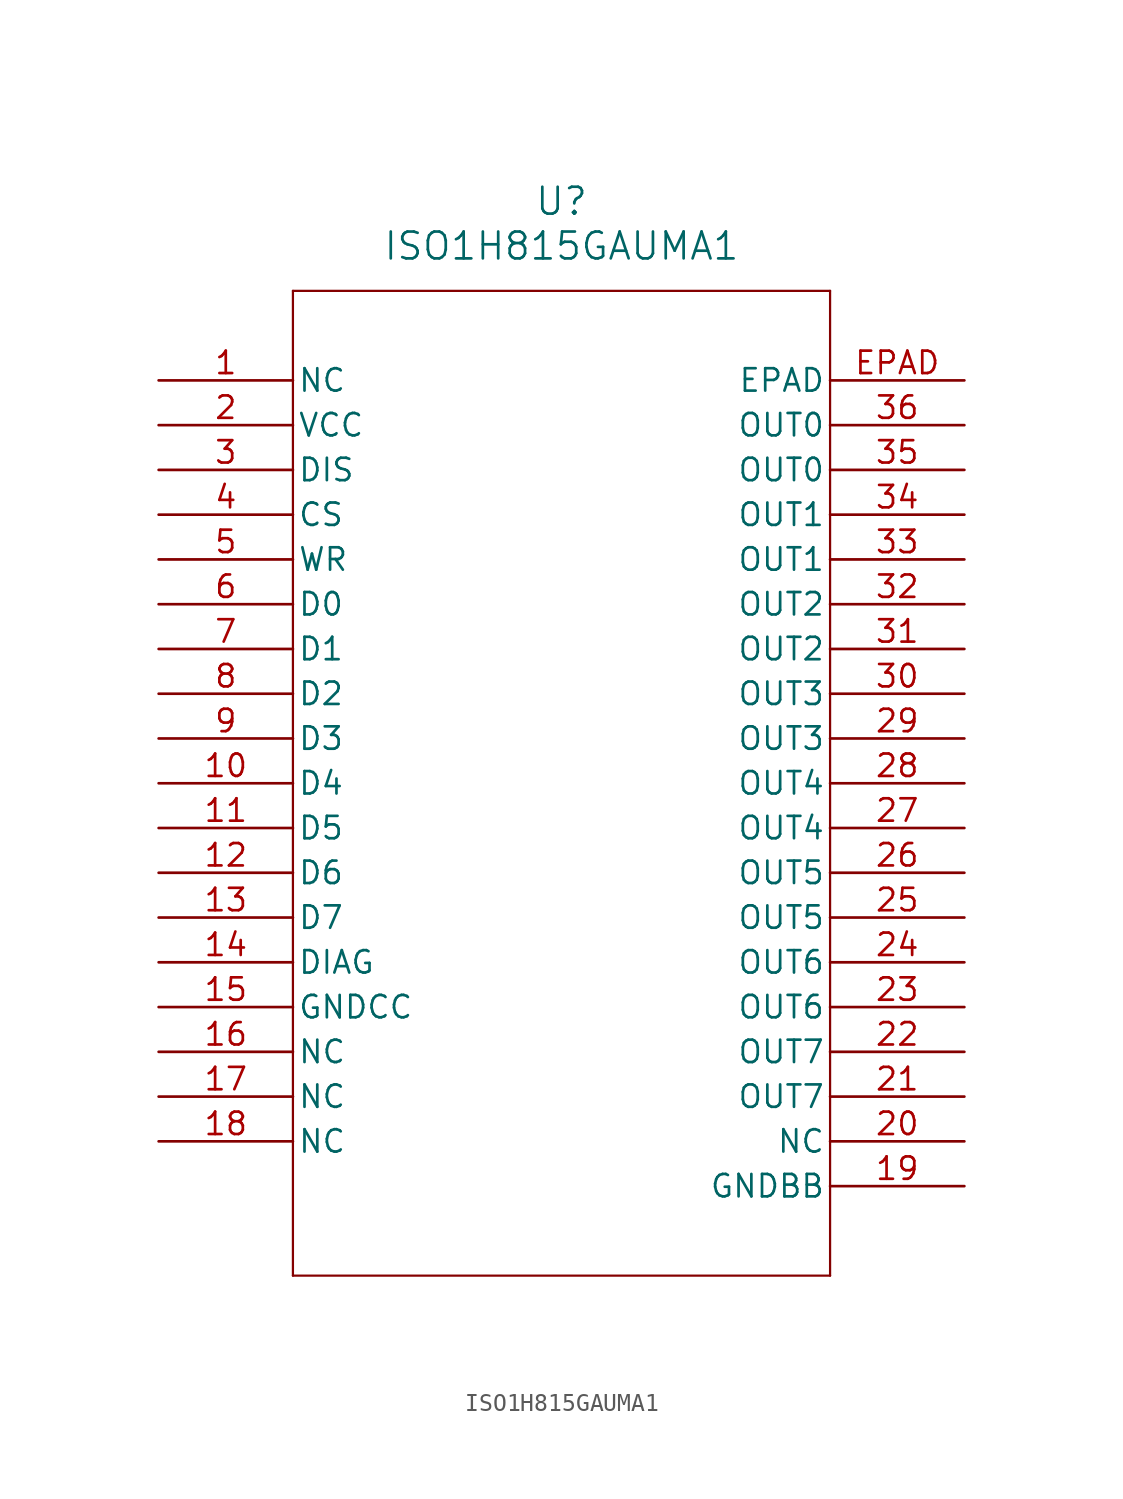
<source format=kicad_sym>
(kicad_symbol_lib
  (version 20211014)
  (generator kicad_symbol_editor)
  (symbol "ISO1H815GAUMA1"
    (pin_names
      (offset 0.254))
    (property "Reference" "U"
      (at 22.86 10.16 0)
      (effects (font (size 1.524 1.524))))
    (property "Value" "ISO1H815GAUMA1"
      (at 22.86 7.62 0)
      (effects (font (size 1.524 1.524))))
    (symbol "ISO1H815GAUMA1_0_1"
      (polyline (pts (xy 7.62 5.08) (xy 7.62 -50.8)) (stroke (width 0.127) (type default) (color 0 0 0 0)) (fill (type none)))
      (polyline (pts (xy 7.62 -50.8) (xy 38.1 -50.8)) (stroke (width 0.127) (type default) (color 0 0 0 0)) (fill (type none)))
      (polyline (pts (xy 38.1 -50.8) (xy 38.1 5.08)) (stroke (width 0.127) (type default) (color 0 0 0 0)) (fill (type none)))
      (polyline (pts (xy 38.1 5.08) (xy 7.62 5.08)) (stroke (width 0.127) (type default) (color 0 0 0 0)) (fill (type none)))
      (pin unspecified line (at 0 0 0) (length 7.62) (name "NC" (effects (font (size 1.27 1.27)))) (number "1" (effects (font (size 1.27 1.27)))))
      (pin unspecified line (at 0 -2.54 0) (length 7.62) (name "VCC" (effects (font (size 1.27 1.27)))) (number "2" (effects (font (size 1.27 1.27)))))
      (pin unspecified line (at 0 -5.08 0) (length 7.62) (name "DIS" (effects (font (size 1.27 1.27)))) (number "3" (effects (font (size 1.27 1.27)))))
      (pin unspecified line (at 0 -7.62 0) (length 7.62) (name "CS" (effects (font (size 1.27 1.27)))) (number "4" (effects (font (size 1.27 1.27)))))
      (pin unspecified line (at 0 -10.16 0) (length 7.62) (name "WR" (effects (font (size 1.27 1.27)))) (number "5" (effects (font (size 1.27 1.27)))))
      (pin unspecified line (at 0 -12.7 0) (length 7.62) (name "D0" (effects (font (size 1.27 1.27)))) (number "6" (effects (font (size 1.27 1.27)))))
      (pin unspecified line (at 0 -15.24 0) (length 7.62) (name "D1" (effects (font (size 1.27 1.27)))) (number "7" (effects (font (size 1.27 1.27)))))
      (pin unspecified line (at 0 -17.78 0) (length 7.62) (name "D2" (effects (font (size 1.27 1.27)))) (number "8" (effects (font (size 1.27 1.27)))))
      (pin unspecified line (at 0 -20.32 0) (length 7.62) (name "D3" (effects (font (size 1.27 1.27)))) (number "9" (effects (font (size 1.27 1.27)))))
      (pin unspecified line (at 0 -22.86 0) (length 7.62) (name "D4" (effects (font (size 1.27 1.27)))) (number "10" (effects (font (size 1.27 1.27)))))
      (pin unspecified line (at 0 -25.4 0) (length 7.62) (name "D5" (effects (font (size 1.27 1.27)))) (number "11" (effects (font (size 1.27 1.27)))))
      (pin unspecified line (at 0 -27.94 0) (length 7.62) (name "D6" (effects (font (size 1.27 1.27)))) (number "12" (effects (font (size 1.27 1.27)))))
      (pin unspecified line (at 0 -30.48 0) (length 7.62) (name "D7" (effects (font (size 1.27 1.27)))) (number "13" (effects (font (size 1.27 1.27)))))
      (pin unspecified line (at 0 -33.02 0) (length 7.62) (name "DIAG" (effects (font (size 1.27 1.27)))) (number "14" (effects (font (size 1.27 1.27)))))
      (pin unspecified line (at 0 -35.56 0) (length 7.62) (name "GNDCC" (effects (font (size 1.27 1.27)))) (number "15" (effects (font (size 1.27 1.27)))))
      (pin unspecified line (at 0 -38.1 0) (length 7.62) (name "NC" (effects (font (size 1.27 1.27)))) (number "16" (effects (font (size 1.27 1.27)))))
      (pin unspecified line (at 0 -40.64 0) (length 7.62) (name "NC" (effects (font (size 1.27 1.27)))) (number "17" (effects (font (size 1.27 1.27)))))
      (pin unspecified line (at 0 -43.18 0) (length 7.62) (name "NC" (effects (font (size 1.27 1.27)))) (number "18" (effects (font (size 1.27 1.27)))))
      (pin unspecified line (at 45.72 -45.72 180) (length 7.62) (name "GNDBB" (effects (font (size 1.27 1.27)))) (number "19" (effects (font (size 1.27 1.27)))))
      (pin unspecified line (at 45.72 -43.18 180) (length 7.62) (name "NC" (effects (font (size 1.27 1.27)))) (number "20" (effects (font (size 1.27 1.27)))))
      (pin unspecified line (at 45.72 -40.64 180) (length 7.62) (name "OUT7" (effects (font (size 1.27 1.27)))) (number "21" (effects (font (size 1.27 1.27)))))
      (pin unspecified line (at 45.72 -38.1 180) (length 7.62) (name "OUT7" (effects (font (size 1.27 1.27)))) (number "22" (effects (font (size 1.27 1.27)))))
      (pin unspecified line (at 45.72 -35.56 180) (length 7.62) (name "OUT6" (effects (font (size 1.27 1.27)))) (number "23" (effects (font (size 1.27 1.27)))))
      (pin unspecified line (at 45.72 -33.02 180) (length 7.62) (name "OUT6" (effects (font (size 1.27 1.27)))) (number "24" (effects (font (size 1.27 1.27)))))
      (pin unspecified line (at 45.72 -30.48 180) (length 7.62) (name "OUT5" (effects (font (size 1.27 1.27)))) (number "25" (effects (font (size 1.27 1.27)))))
      (pin unspecified line (at 45.72 -27.94 180) (length 7.62) (name "OUT5" (effects (font (size 1.27 1.27)))) (number "26" (effects (font (size 1.27 1.27)))))
      (pin unspecified line (at 45.72 -25.4 180) (length 7.62) (name "OUT4" (effects (font (size 1.27 1.27)))) (number "27" (effects (font (size 1.27 1.27)))))
      (pin unspecified line (at 45.72 -22.86 180) (length 7.62) (name "OUT4" (effects (font (size 1.27 1.27)))) (number "28" (effects (font (size 1.27 1.27)))))
      (pin unspecified line (at 45.72 -20.32 180) (length 7.62) (name "OUT3" (effects (font (size 1.27 1.27)))) (number "29" (effects (font (size 1.27 1.27)))))
      (pin unspecified line (at 45.72 -17.78 180) (length 7.62) (name "OUT3" (effects (font (size 1.27 1.27)))) (number "30" (effects (font (size 1.27 1.27)))))
      (pin unspecified line (at 45.72 -15.24 180) (length 7.62) (name "OUT2" (effects (font (size 1.27 1.27)))) (number "31" (effects (font (size 1.27 1.27)))))
      (pin unspecified line (at 45.72 -12.7 180) (length 7.62) (name "OUT2" (effects (font (size 1.27 1.27)))) (number "32" (effects (font (size 1.27 1.27)))))
      (pin unspecified line (at 45.72 -10.16 180) (length 7.62) (name "OUT1" (effects (font (size 1.27 1.27)))) (number "33" (effects (font (size 1.27 1.27)))))
      (pin unspecified line (at 45.72 -7.62 180) (length 7.62) (name "OUT1" (effects (font (size 1.27 1.27)))) (number "34" (effects (font (size 1.27 1.27)))))
      (pin unspecified line (at 45.72 -5.08 180) (length 7.62) (name "OUT0" (effects (font (size 1.27 1.27)))) (number "35" (effects (font (size 1.27 1.27)))))
      (pin unspecified line (at 45.72 -2.54 180) (length 7.62) (name "OUT0" (effects (font (size 1.27 1.27)))) (number "36" (effects (font (size 1.27 1.27)))))
      (pin unspecified line (at 45.72 0 180) (length 7.62) (name "EPAD" (effects (font (size 1.27 1.27)))) (number "EPAD" (effects (font (size 1.27 1.27))))))))
</source>
